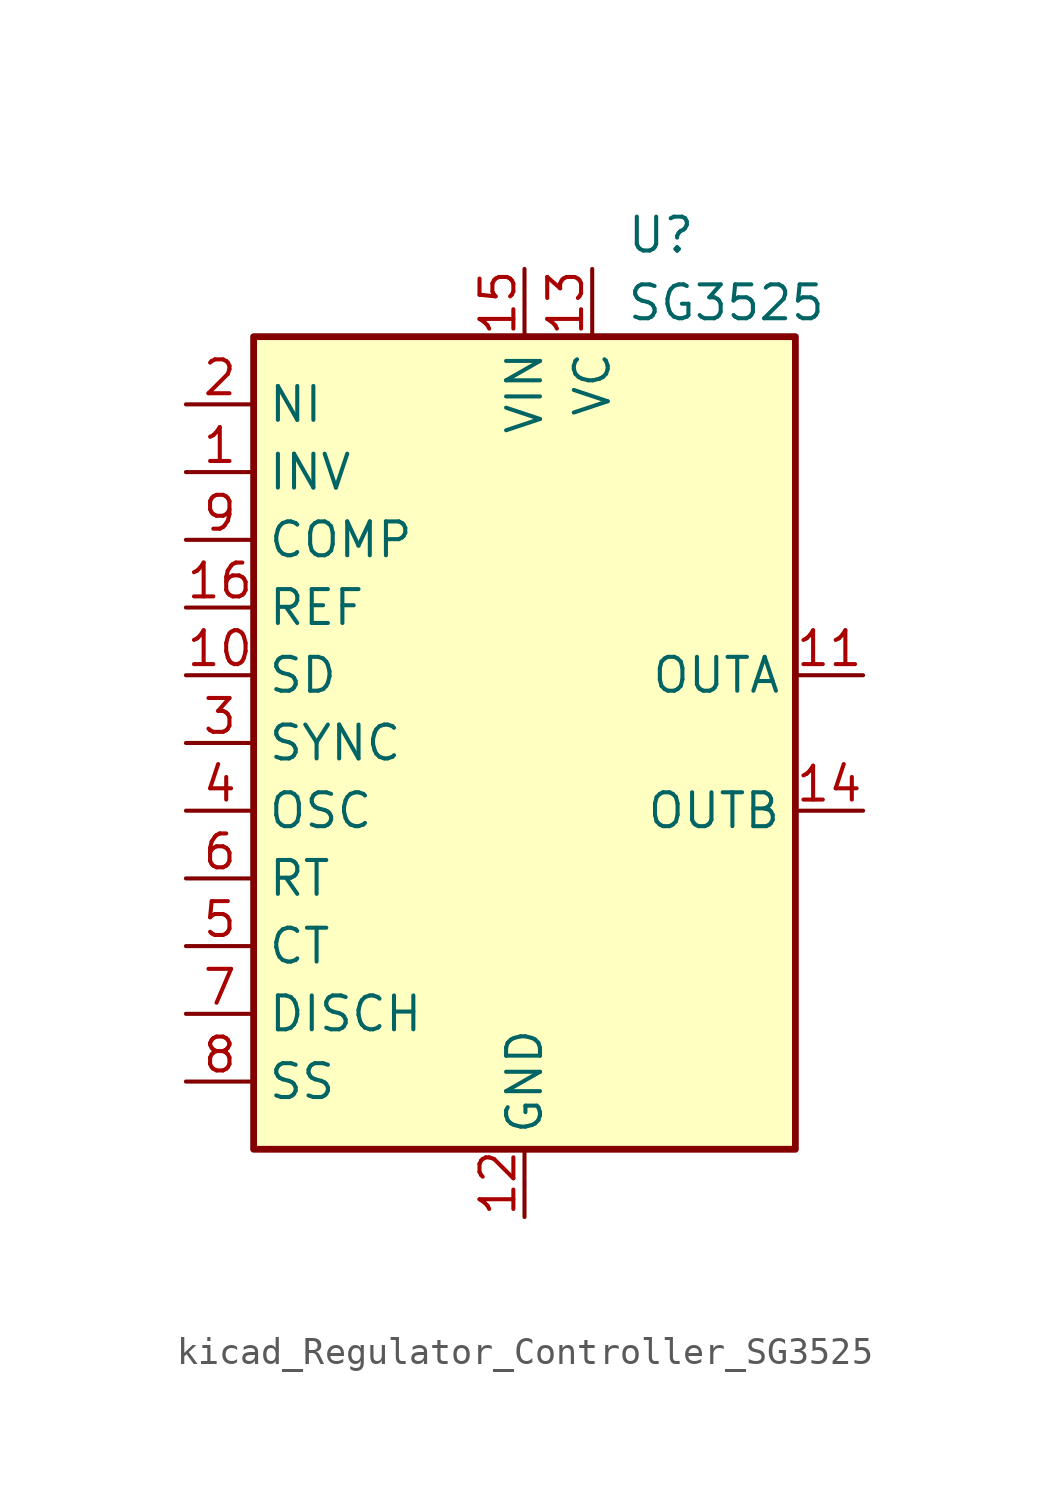
<source format=kicad_sym>
(kicad_symbol_lib
  (version 20220914)
  (generator kicad_symbol_editor)
  (symbol "kicad_Regulator_Controller_SG3525"
    (property "Reference" "U"
      (at 3.81 19.05 0)
      (effects (font (size 1.27 1.27)) (justify left)))
    (property "Value" "SG3525"
      (at 3.81 16.51 0)
      (effects (font (size 1.27 1.27)) (justify left)))
    (symbol "kicad_Regulator_Controller_SG3525_0_1"
      (rectangle (start -10.16 -15.24) (end 10.16 15.24) (stroke (width 0.254) (type default)) (fill (type background))))
    (symbol "kicad_Regulator_Controller_SG3525_1_1"
      (pin input line (at -12.7 10.16 0) (length 2.54) (name "INV" (effects (font (size 1.27 1.27)))) (number "1" (effects (font (size 1.27 1.27)))))
      (pin passive line (at -12.7 2.54 0) (length 2.54) (name "SD" (effects (font (size 1.27 1.27)))) (number "10" (effects (font (size 1.27 1.27)))))
      (pin output line (at 12.7 2.54 180) (length 2.54) (name "OUTA" (effects (font (size 1.27 1.27)))) (number "11" (effects (font (size 1.27 1.27)))))
      (pin power_in line (at 0 -17.78 90) (length 2.54) (name "GND" (effects (font (size 1.27 1.27)))) (number "12" (effects (font (size 1.27 1.27)))))
      (pin power_in line (at 2.54 17.78 270) (length 2.54) (name "VC" (effects (font (size 1.27 1.27)))) (number "13" (effects (font (size 1.27 1.27)))))
      (pin output line (at 12.7 -2.54 180) (length 2.54) (name "OUTB" (effects (font (size 1.27 1.27)))) (number "14" (effects (font (size 1.27 1.27)))))
      (pin power_in line (at 0 17.78 270) (length 2.54) (name "VIN" (effects (font (size 1.27 1.27)))) (number "15" (effects (font (size 1.27 1.27)))))
      (pin power_in line (at -12.7 5.08 0) (length 2.54) (name "REF" (effects (font (size 1.27 1.27)))) (number "16" (effects (font (size 1.27 1.27)))))
      (pin input line (at -12.7 12.7 0) (length 2.54) (name "NI" (effects (font (size 1.27 1.27)))) (number "2" (effects (font (size 1.27 1.27)))))
      (pin passive line (at -12.7 0 0) (length 2.54) (name "SYNC" (effects (font (size 1.27 1.27)))) (number "3" (effects (font (size 1.27 1.27)))))
      (pin output line (at -12.7 -2.54 0) (length 2.54) (name "OSC" (effects (font (size 1.27 1.27)))) (number "4" (effects (font (size 1.27 1.27)))))
      (pin passive line (at -12.7 -7.62 0) (length 2.54) (name "CT" (effects (font (size 1.27 1.27)))) (number "5" (effects (font (size 1.27 1.27)))))
      (pin passive line (at -12.7 -5.08 0) (length 2.54) (name "RT" (effects (font (size 1.27 1.27)))) (number "6" (effects (font (size 1.27 1.27)))))
      (pin open_collector line (at -12.7 -10.16 0) (length 2.54) (name "DISCH" (effects (font (size 1.27 1.27)))) (number "7" (effects (font (size 1.27 1.27)))))
      (pin passive line (at -12.7 -12.7 0) (length 2.54) (name "SS" (effects (font (size 1.27 1.27)))) (number "8" (effects (font (size 1.27 1.27)))))
      (pin passive line (at -12.7 7.62 0) (length 2.54) (name "COMP" (effects (font (size 1.27 1.27)))) (number "9" (effects (font (size 1.27 1.27))))))))
</source>
